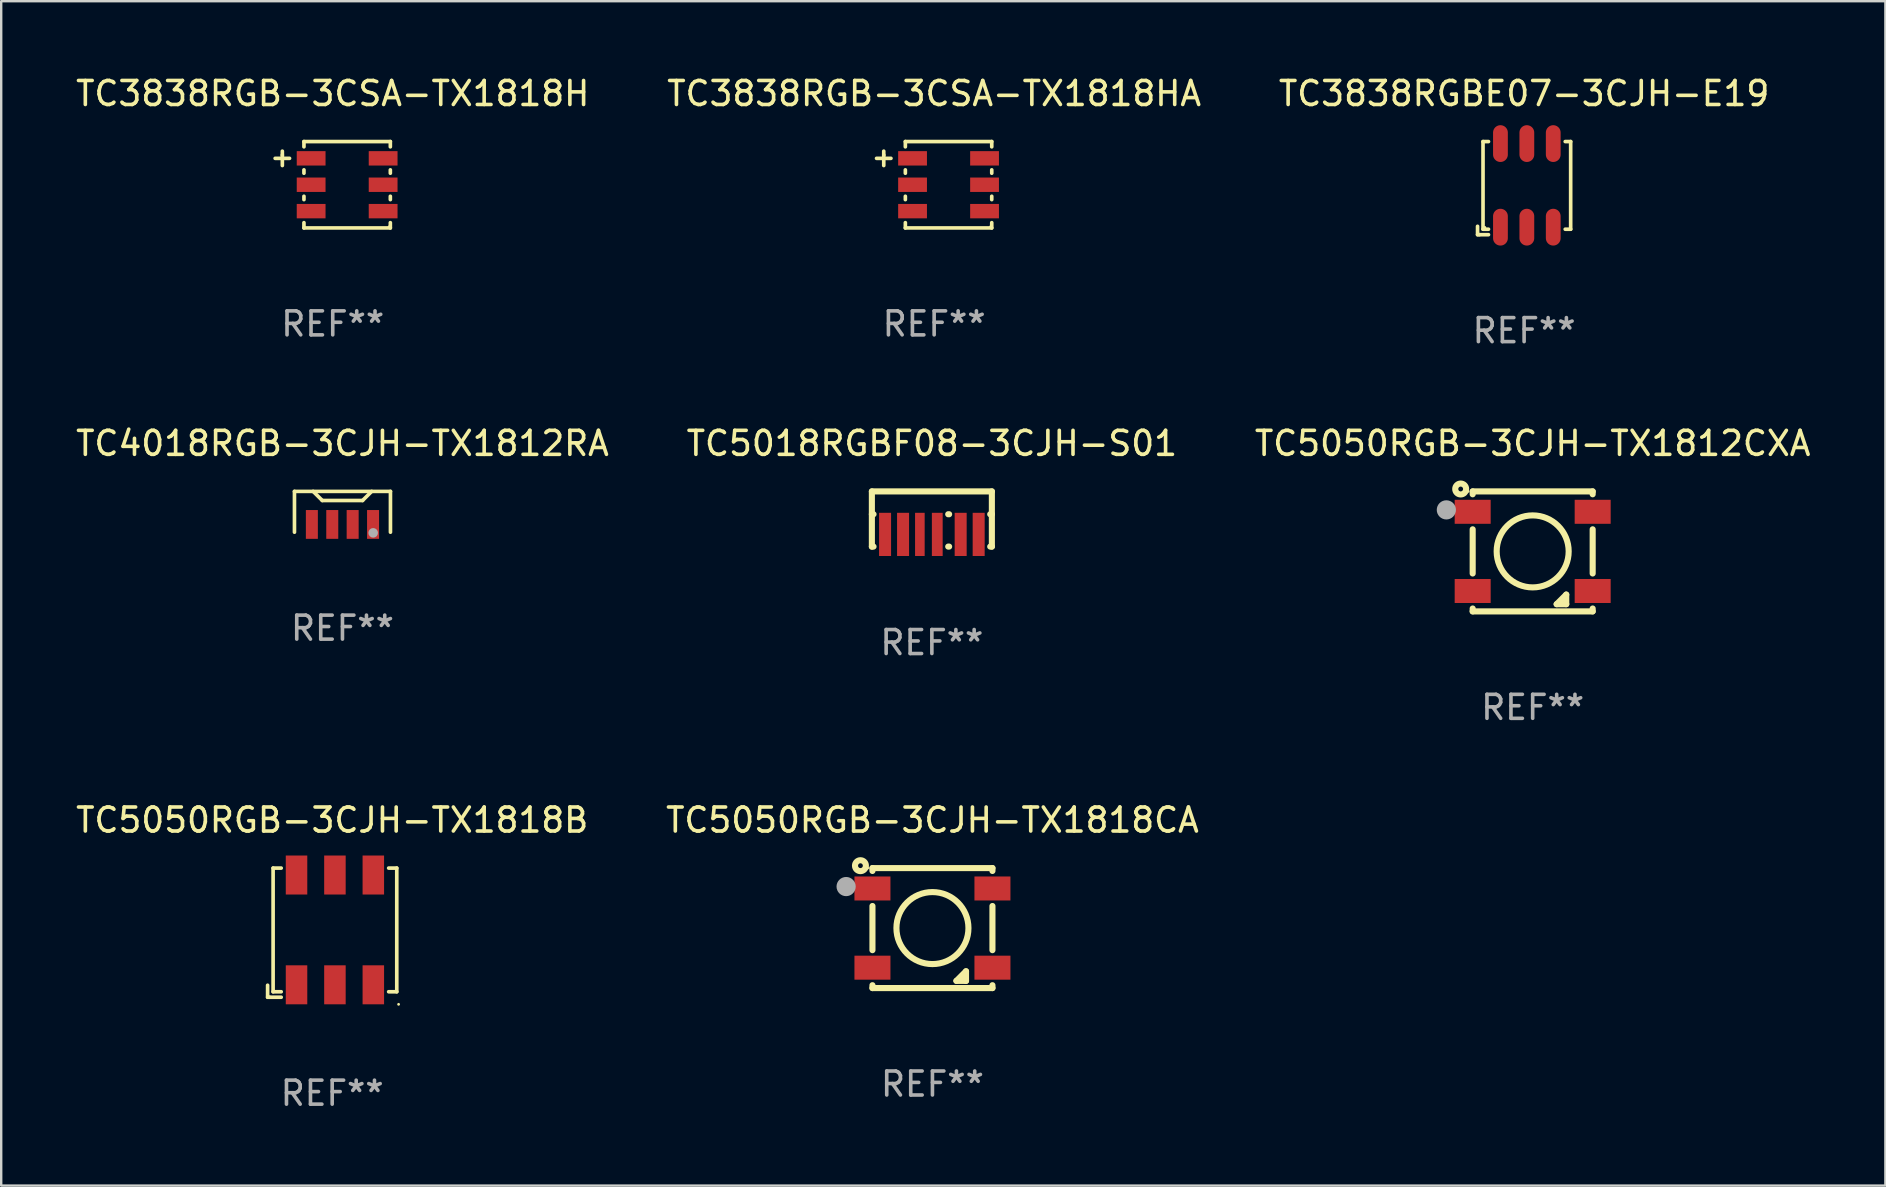
<source format=kicad_pcb>
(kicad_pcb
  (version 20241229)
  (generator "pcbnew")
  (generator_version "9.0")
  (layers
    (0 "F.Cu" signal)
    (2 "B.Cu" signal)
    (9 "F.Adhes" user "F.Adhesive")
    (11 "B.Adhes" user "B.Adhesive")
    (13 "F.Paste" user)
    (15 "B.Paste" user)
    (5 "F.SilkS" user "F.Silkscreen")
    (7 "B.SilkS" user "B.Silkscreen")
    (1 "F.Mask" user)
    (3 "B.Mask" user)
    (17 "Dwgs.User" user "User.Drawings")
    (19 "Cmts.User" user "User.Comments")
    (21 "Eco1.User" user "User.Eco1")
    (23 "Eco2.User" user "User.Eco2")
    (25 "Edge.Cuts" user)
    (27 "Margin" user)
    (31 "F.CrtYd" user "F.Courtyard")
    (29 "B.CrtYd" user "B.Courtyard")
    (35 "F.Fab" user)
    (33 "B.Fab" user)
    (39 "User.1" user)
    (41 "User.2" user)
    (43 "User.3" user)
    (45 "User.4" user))
  (footprint "TC3838RGBE07-3CJH-E19"
    (layer "F.Cu")
    (at 60.458 4.789)
    (property "Reference" "TC3838RGBE07-3CJH-E19" (at 0 -3.941 0) (layer "F.SilkS") (effects (font (size 1 1) (thickness 0.15))))
    (attr through_hole)
    (fp_line (start -1.94 1.94) (end -1.94 1.591) (stroke (width 0.152) (type solid)) (layer "F.SilkS"))
    (fp_line (start -1.864 1.94) (end -1.94 1.94) (stroke (width 0.152) (type solid)) (layer "F.SilkS"))
    (fp_line (start -1.712 -1.94) (end -1.484 -1.94) (stroke (width 0.152) (type solid)) (layer "F.SilkS"))
    (fp_line (start -1.712 1.712) (end -1.712 -1.94) (stroke (width 0.152) (type solid)) (layer "F.SilkS"))
    (fp_line (start -1.484 1.712) (end -1.712 1.712) (stroke (width 0.152) (type solid)) (layer "F.SilkS"))
    (fp_line (start -1.484 1.94) (end -1.864 1.94) (stroke (width 0.152) (type solid)) (layer "F.SilkS"))
    (fp_line (start 1.713 1.712) (end 1.94 1.712) (stroke (width 0.152) (type solid)) (layer "F.SilkS"))
    (fp_line (start 1.94 -1.94) (end 1.713 -1.94) (stroke (width 0.152) (type solid)) (layer "F.SilkS"))
    (fp_line (start 1.94 1.712) (end 1.94 -1.94) (stroke (width 0.152) (type solid)) (layer "F.SilkS"))
    (fp_circle (center -1.636 1.636) (end -1.606 1.636) (stroke (width 0.06) (type solid)) (fill no) (layer "F.SilkS"))
    (fp_text user "REF**" (at 0 5.941 0) (layer "F.Fab") (effects (font (size 1 1) (thickness 0.15))))
    (pad "1" smd oval (at 1.214 -1.856) (size 0.616 1.533) (layers "F.Cu" "F.Mask" "F.Paste"))
    (pad "2" smd oval (at 0.114 -1.856) (size 0.616 1.533) (layers "F.Cu" "F.Mask" "F.Paste"))
    (pad "3" smd oval (at -0.986 -1.856) (size 0.616 1.533) (layers "F.Cu" "F.Mask" "F.Paste"))
    (pad "4" smd oval (at -0.986 1.627) (size 0.616 1.533) (layers "F.Cu" "F.Mask" "F.Paste"))
    (pad "5" smd oval (at 0.114 1.627) (size 0.616 1.533) (layers "F.Cu" "F.Mask" "F.Paste"))
    (pad "6" smd oval (at 1.214 1.627) (size 0.616 1.533) (layers "F.Cu" "F.Mask" "F.Paste")))
  (footprint "TC3838RGB-3CSA-TX1818H"
    (layer "F.Cu")
    (at 10.815 4.648)
    (property "Reference" "TC3838RGB-3CSA-TX1818H" (at 0 -3.8 0) (layer "F.SilkS") (effects (font (size 1 1) (thickness 0.15))))
    (attr through_hole)
    (fp_line (start -2.4 -1.1) (end -1.8 -1.1) (stroke (width 0.152) (type solid)) (layer "F.SilkS"))
    (fp_line (start -2.1 -1.237) (end -2.1 -1.399) (stroke (width 0.152) (type solid)) (layer "F.SilkS"))
    (fp_line (start -2.1 -0.8) (end -2.1 -1.237) (stroke (width 0.152) (type solid)) (layer "F.SilkS"))
    (fp_line (start -1.2 -1.8) (end 2.4 -1.8) (stroke (width 0.152) (type solid)) (layer "F.SilkS"))
    (fp_line (start -1.2 -1.58) (end -1.2 -1.8) (stroke (width 0.152) (type solid)) (layer "F.SilkS"))
    (fp_line (start -1.2 -0.48) (end -1.2 -0.62) (stroke (width 0.152) (type solid)) (layer "F.SilkS"))
    (fp_line (start -1.2 0.62) (end -1.2 0.48) (stroke (width 0.152) (type solid)) (layer "F.SilkS"))
    (fp_line (start -1.2 1.8) (end -1.2 1.58) (stroke (width 0.152) (type solid)) (layer "F.SilkS"))
    (fp_line (start 2.4 -1.8) (end 2.4 -1.58) (stroke (width 0.152) (type solid)) (layer "F.SilkS"))
    (fp_line (start 2.4 -0.62) (end 2.4 -0.48) (stroke (width 0.152) (type solid)) (layer "F.SilkS"))
    (fp_line (start 2.4 0.48) (end 2.4 0.62) (stroke (width 0.152) (type solid)) (layer "F.SilkS"))
    (fp_line (start 2.4 1.58) (end 2.4 1.8) (stroke (width 0.152) (type solid)) (layer "F.SilkS"))
    (fp_line (start 2.4 1.8) (end -1.2 1.8) (stroke (width 0.152) (type solid)) (layer "F.SilkS"))
    (fp_circle (center 2.35 1.75) (end 2.38 1.75) (stroke (width 0.06) (type solid)) (fill no) (layer "F.SilkS"))
    (fp_text user "REF**" (at 0 5.8 0) (layer "F.Fab") (effects (font (size 1 1) (thickness 0.15))))
    (pad "1" smd rect (at 2.1 1.1 180) (size 1.2 0.6) (layers "F.Cu" "F.Mask" "F.Paste"))
    (pad "2" smd rect (at 2.1 0 180) (size 1.2 0.6) (layers "F.Cu" "F.Mask" "F.Paste"))
    (pad "3" smd rect (at 2.1 -1.1 180) (size 1.2 0.6) (layers "F.Cu" "F.Mask" "F.Paste"))
    (pad "4" smd rect (at -0.9 -1.1 180) (size 1.2 0.6) (layers "F.Cu" "F.Mask" "F.Paste"))
    (pad "5" smd rect (at -0.9 0 180) (size 1.2 0.6) (layers "F.Cu" "F.Mask" "F.Paste"))
    (pad "6" smd rect (at -0.9 1.1 180) (size 1.2 0.6) (layers "F.Cu" "F.Mask" "F.Paste")))
  (footprint "TC5018RGBF08-3CJH-S01"
    (layer "F.Cu")
    (at 35.78 18.576)
    (property "Reference" "TC5018RGBF08-3CJH-S01" (at 0 -3.15 0) (layer "F.SilkS") (effects (font (size 1 1) (thickness 0.15))))
    (attr through_hole)
    (fp_line (start -2.5 -1.15) (end 2.5 -1.15) (stroke (width 0.254) (type solid)) (layer "F.SilkS"))
    (fp_line (start -2.5 -0.198) (end -2.431 -0.198) (stroke (width 0.254) (type solid)) (layer "F.SilkS"))
    (fp_line (start -2.5 1.15) (end -2.5 -1.15) (stroke (width 0.254) (type solid)) (layer "F.SilkS"))
    (fp_line (start -2.5 1.15) (end -2.431 1.15) (stroke (width 0.254) (type solid)) (layer "F.SilkS"))
    (fp_line (start 0.681 -0.198) (end 0.719 -0.198) (stroke (width 0.254) (type solid)) (layer "F.SilkS"))
    (fp_line (start 0.681 1.15) (end 0.719 1.15) (stroke (width 0.254) (type solid)) (layer "F.SilkS"))
    (fp_line (start 2.431 -0.198) (end 2.5 -0.198) (stroke (width 0.254) (type solid)) (layer "F.SilkS"))
    (fp_line (start 2.431 1.15) (end 2.5 1.15) (stroke (width 0.254) (type solid)) (layer "F.SilkS"))
    (fp_line (start 2.5 1.15) (end 2.5 -1.15) (stroke (width 0.254) (type solid)) (layer "F.SilkS"))
    (fp_circle (center 2.5 -1.048) (end 2.53 -1.048) (stroke (width 0.06) (type solid)) (fill no) (layer "F.SilkS"))
    (fp_text user "REF**" (at 0 5.15 0) (layer "F.Fab") (effects (font (size 1 1) (thickness 0.15))))
    (pad "1" smd rect (at 1.95 0.642) (size 0.5 1.8) (layers "F.Cu" "F.Mask" "F.Paste"))
    (pad "2" smd rect (at 1.2 0.642) (size 0.5 1.8) (layers "F.Cu" "F.Mask" "F.Paste"))
    (pad "3" smd rect (at 0.225 0.642) (size 0.45 1.8) (layers "F.Cu" "F.Mask" "F.Paste"))
    (pad "4" smd rect (at -0.5 0.642) (size 0.4 1.8) (layers "F.Cu" "F.Mask" "F.Paste"))
    (pad "5" smd rect (at -1.2 0.642) (size 0.5 1.8) (layers "F.Cu" "F.Mask" "F.Paste"))
    (pad "6" smd rect (at -1.95 0.642) (size 0.5 1.8) (layers "F.Cu" "F.Mask" "F.Paste")))
  (footprint "TC4018RGB-3CJH-TX1812RA"
    (layer "F.Cu")
    (at 11.22 18.276)
    (property "Reference" "TC4018RGB-3CJH-TX1812RA" (at 0 -2.85 0) (layer "F.SilkS") (effects (font (size 1 1) (thickness 0.15))))
    (attr through_hole)
    (fp_line (start -2 -0.85) (end -2 0.85) (stroke (width 0.152) (type solid)) (layer "F.SilkS"))
    (fp_line (start -1.222 -0.85) (end -0.841 -0.471) (stroke (width 0.152) (type solid)) (layer "F.SilkS"))
    (fp_line (start -0.841 -0.471) (end 0.838 -0.471) (stroke (width 0.152) (type solid)) (layer "F.SilkS"))
    (fp_line (start 0.838 -0.471) (end 1.217 -0.85) (stroke (width 0.152) (type solid)) (layer "F.SilkS"))
    (fp_line (start 2 -0.85) (end -2 -0.85) (stroke (width 0.152) (type solid)) (layer "F.SilkS"))
    (fp_line (start 2 0.85) (end 2 -0.85) (stroke (width 0.152) (type solid)) (layer "F.SilkS"))
    (fp_circle (center 2 -0.85) (end 2.03 -0.85) (stroke (width 0.06) (type solid)) (fill no) (layer "F.SilkS"))
    (fp_circle (center 1.28 0.877) (end 1.38 0.877) (stroke (width 0.2) (type solid)) (fill no) (layer "F.Fab"))
    (fp_text user "REF**" (at 0 4.85 0) (layer "F.Fab") (effects (font (size 1 1) (thickness 0.15))))
    (pad "1" smd rect (at 1.275 0.527) (size 0.5 1.2) (layers "F.Cu" "F.Mask" "F.Paste"))
    (pad "2" smd rect (at 0.425 0.527) (size 0.5 1.2) (layers "F.Cu" "F.Mask" "F.Paste"))
    (pad "3" smd rect (at -0.425 0.527) (size 0.5 1.2) (layers "F.Cu" "F.Mask" "F.Paste"))
    (pad "4" smd rect (at -1.275 0.527) (size 0.5 1.2) (layers "F.Cu" "F.Mask" "F.Paste")))
  (footprint "TC5050RGB-3CJH-TX1818B"
    (layer "F.Cu")
    (at 10.792 35.813)
    (property "Reference" "TC5050RGB-3CJH-TX1818B" (at 0 -4.691 0) (layer "F.SilkS") (effects (font (size 1 1) (thickness 0.15))))
    (attr through_hole)
    (fp_line (start -2.691 2.691) (end -2.691 2.191) (stroke (width 0.152) (type solid)) (layer "F.SilkS"))
    (fp_line (start -2.614 2.691) (end -2.691 2.691) (stroke (width 0.152) (type solid)) (layer "F.SilkS"))
    (fp_line (start -2.462 -2.691) (end -2.124 -2.691) (stroke (width 0.152) (type solid)) (layer "F.SilkS"))
    (fp_line (start -2.462 2.462) (end -2.462 -2.691) (stroke (width 0.152) (type solid)) (layer "F.SilkS"))
    (fp_line (start -2.124 2.462) (end -2.462 2.462) (stroke (width 0.152) (type solid)) (layer "F.SilkS"))
    (fp_line (start -2.124 2.691) (end -2.614 2.691) (stroke (width 0.152) (type solid)) (layer "F.SilkS"))
    (fp_line (start 2.353 2.462) (end 2.691 2.462) (stroke (width 0.152) (type solid)) (layer "F.SilkS"))
    (fp_line (start 2.691 -2.691) (end 2.353 -2.691) (stroke (width 0.152) (type solid)) (layer "F.SilkS"))
    (fp_line (start 2.691 2.462) (end 2.691 -2.691) (stroke (width 0.152) (type solid)) (layer "F.SilkS"))
    (fp_circle (center 2.767 2.986) (end 2.797 2.986) (stroke (width 0.06) (type solid)) (fill no) (layer "F.SilkS"))
    (fp_text user "REF**" (at 0 6.691 0) (layer "F.Fab") (effects (font (size 1 1) (thickness 0.15))))
    (pad "1" smd rect (at 1.714 2.173) (size 0.896 1.625) (layers "F.Cu" "F.Mask" "F.Paste"))
    (pad "2" smd rect (at 0.114 2.173) (size 0.896 1.625) (layers "F.Cu" "F.Mask" "F.Paste"))
    (pad "3" smd rect (at -1.486 2.173) (size 0.896 1.625) (layers "F.Cu" "F.Mask" "F.Paste"))
    (pad "4" smd rect (at 1.714 -2.402) (size 0.896 1.625) (layers "F.Cu" "F.Mask" "F.Paste"))
    (pad "5" smd rect (at 0.114 -2.402) (size 0.896 1.625) (layers "F.Cu" "F.Mask" "F.Paste"))
    (pad "6" smd rect (at -1.486 -2.402) (size 0.896 1.625) (layers "F.Cu" "F.Mask" "F.Paste")))
  (footprint "TC3838RGB-3CSA-TX1818HA"
    (layer "F.Cu")
    (at 35.875 4.648)
    (property "Reference" "TC3838RGB-3CSA-TX1818HA" (at 0 -3.8 0) (layer "F.SilkS") (effects (font (size 1 1) (thickness 0.15))))
    (attr through_hole)
    (fp_line (start -2.4 -1.1) (end -1.8 -1.1) (stroke (width 0.152) (type solid)) (layer "F.SilkS"))
    (fp_line (start -2.1 -1.237) (end -2.1 -1.399) (stroke (width 0.152) (type solid)) (layer "F.SilkS"))
    (fp_line (start -2.1 -0.8) (end -2.1 -1.237) (stroke (width 0.152) (type solid)) (layer "F.SilkS"))
    (fp_line (start -1.2 -1.8) (end 2.4 -1.8) (stroke (width 0.152) (type solid)) (layer "F.SilkS"))
    (fp_line (start -1.2 -1.58) (end -1.2 -1.8) (stroke (width 0.152) (type solid)) (layer "F.SilkS"))
    (fp_line (start -1.2 -0.48) (end -1.2 -0.62) (stroke (width 0.152) (type solid)) (layer "F.SilkS"))
    (fp_line (start -1.2 0.62) (end -1.2 0.48) (stroke (width 0.152) (type solid)) (layer "F.SilkS"))
    (fp_line (start -1.2 1.8) (end -1.2 1.58) (stroke (width 0.152) (type solid)) (layer "F.SilkS"))
    (fp_line (start 2.4 -1.8) (end 2.4 -1.58) (stroke (width 0.152) (type solid)) (layer "F.SilkS"))
    (fp_line (start 2.4 -0.62) (end 2.4 -0.48) (stroke (width 0.152) (type solid)) (layer "F.SilkS"))
    (fp_line (start 2.4 0.48) (end 2.4 0.62) (stroke (width 0.152) (type solid)) (layer "F.SilkS"))
    (fp_line (start 2.4 1.58) (end 2.4 1.8) (stroke (width 0.152) (type solid)) (layer "F.SilkS"))
    (fp_line (start 2.4 1.8) (end -1.2 1.8) (stroke (width 0.152) (type solid)) (layer "F.SilkS"))
    (fp_circle (center 2.35 1.75) (end 2.38 1.75) (stroke (width 0.06) (type solid)) (fill no) (layer "F.SilkS"))
    (fp_text user "REF**" (at 0 5.8 0) (layer "F.Fab") (effects (font (size 1 1) (thickness 0.15))))
    (pad "1" smd rect (at 2.1 1.1 180) (size 1.2 0.6) (layers "F.Cu" "F.Mask" "F.Paste"))
    (pad "2" smd rect (at 2.1 0 180) (size 1.2 0.6) (layers "F.Cu" "F.Mask" "F.Paste"))
    (pad "3" smd rect (at 2.1 -1.1 180) (size 1.2 0.6) (layers "F.Cu" "F.Mask" "F.Paste"))
    (pad "4" smd rect (at -0.9 -1.1 180) (size 1.2 0.6) (layers "F.Cu" "F.Mask" "F.Paste"))
    (pad "5" smd rect (at -0.9 0 180) (size 1.2 0.6) (layers "F.Cu" "F.Mask" "F.Paste"))
    (pad "6" smd rect (at -0.9 1.1 180) (size 1.2 0.6) (layers "F.Cu" "F.Mask" "F.Paste")))
  (footprint "TC5050RGB-3CJH-TX1812CXA"
    (layer "F.Cu")
    (at 60.815 19.926)
    (property "Reference" "TC5050RGB-3CJH-TX1812CXA" (at 0 -4.5 0) (layer "F.SilkS") (effects (font (size 1 1) (thickness 0.15))))
    (attr through_hole)
    (fp_line (start -2.5 -2.5) (end -2.5 -2.38) (stroke (width 0.254) (type solid)) (layer "F.SilkS"))
    (fp_line (start -2.5 -2.5) (end 2.5 -2.5) (stroke (width 0.254) (type solid)) (layer "F.SilkS"))
    (fp_line (start -2.5 -0.92) (end -2.5 0.92) (stroke (width 0.254) (type solid)) (layer "F.SilkS"))
    (fp_line (start -2.5 2.38) (end -2.5 2.5) (stroke (width 0.254) (type solid)) (layer "F.SilkS"))
    (fp_line (start -2.5 2.5) (end 2.5 2.5) (stroke (width 0.254) (type solid)) (layer "F.SilkS"))
    (fp_line (start 0.999 2.2) (end 1.399 1.8) (stroke (width 0.254) (type solid)) (layer "F.SilkS"))
    (fp_line (start 1.399 1.8) (end 1.399 2.2) (stroke (width 0.254) (type solid)) (layer "F.SilkS"))
    (fp_line (start 1.399 2.2) (end 0.999 2.2) (stroke (width 0.254) (type solid)) (layer "F.SilkS"))
    (fp_line (start 2.5 -2.5) (end 2.5 -2.38) (stroke (width 0.254) (type solid)) (layer "F.SilkS"))
    (fp_line (start 2.5 -0.92) (end 2.5 0.92) (stroke (width 0.254) (type solid)) (layer "F.SilkS"))
    (fp_line (start 2.5 2.38) (end 2.5 2.5) (stroke (width 0.254) (type solid)) (layer "F.SilkS"))
    (fp_circle (center -3 -2.6) (end -2.9 -2.6) (stroke (width 0.254) (type solid)) (fill no) (layer "F.SilkS"))
    (fp_circle (center -2.7 -2.5) (end -2.67 -2.5) (stroke (width 0.06) (type solid)) (fill no) (layer "F.SilkS"))
    (fp_circle (center -0.000318 0) (end 1.5 0) (stroke (width 0.254) (type solid)) (fill no) (layer "F.SilkS"))
    (fp_circle (center -3.597 -1.73) (end -3.397 -1.73) (stroke (width 0.4) (type solid)) (fill no) (layer "F.Fab"))
    (fp_text user "REF**" (at 0 6.5 0) (layer "F.Fab") (effects (font (size 1 1) (thickness 0.15))))
    (pad "1" smd rect (at -2.5 -1.65) (size 1.5 1) (layers "F.Cu" "F.Mask" "F.Paste"))
    (pad "2" smd rect (at -2.5 1.65) (size 1.5 1) (layers "F.Cu" "F.Mask" "F.Paste"))
    (pad "3" smd rect (at 2.5 1.65) (size 1.5 1) (layers "F.Cu" "F.Mask" "F.Paste"))
    (pad "4" smd rect (at 2.5 -1.65) (size 1.5 1) (layers "F.Cu" "F.Mask" "F.Paste")))
  (footprint "TC5050RGB-3CJH-TX1818CA"
    (layer "F.Cu")
    (at 35.804 35.622)
    (property "Reference" "TC5050RGB-3CJH-TX1818CA" (at 0 -4.5 0) (layer "F.SilkS") (effects (font (size 1 1) (thickness 0.15))))
    (attr through_hole)
    (fp_line (start -2.5 -2.5) (end -2.5 -2.38) (stroke (width 0.254) (type solid)) (layer "F.SilkS"))
    (fp_line (start -2.5 -2.5) (end 2.5 -2.5) (stroke (width 0.254) (type solid)) (layer "F.SilkS"))
    (fp_line (start -2.5 -0.92) (end -2.5 0.92) (stroke (width 0.254) (type solid)) (layer "F.SilkS"))
    (fp_line (start -2.5 2.38) (end -2.5 2.5) (stroke (width 0.254) (type solid)) (layer "F.SilkS"))
    (fp_line (start -2.5 2.5) (end 2.5 2.5) (stroke (width 0.254) (type solid)) (layer "F.SilkS"))
    (fp_line (start 0.999 2.2) (end 1.399 1.8) (stroke (width 0.254) (type solid)) (layer "F.SilkS"))
    (fp_line (start 1.399 1.8) (end 1.399 2.2) (stroke (width 0.254) (type solid)) (layer "F.SilkS"))
    (fp_line (start 1.399 2.2) (end 0.999 2.2) (stroke (width 0.254) (type solid)) (layer "F.SilkS"))
    (fp_line (start 2.5 -2.5) (end 2.5 -2.38) (stroke (width 0.254) (type solid)) (layer "F.SilkS"))
    (fp_line (start 2.5 -0.92) (end 2.5 0.92) (stroke (width 0.254) (type solid)) (layer "F.SilkS"))
    (fp_line (start 2.5 2.38) (end 2.5 2.5) (stroke (width 0.254) (type solid)) (layer "F.SilkS"))
    (fp_circle (center -3 -2.6) (end -2.9 -2.6) (stroke (width 0.254) (type solid)) (fill no) (layer "F.SilkS"))
    (fp_circle (center -2.7 -2.5) (end -2.67 -2.5) (stroke (width 0.06) (type solid)) (fill no) (layer "F.SilkS"))
    (fp_circle (center -0.000318 0) (end 1.5 0) (stroke (width 0.254) (type solid)) (fill no) (layer "F.SilkS"))
    (fp_circle (center -3.597 -1.73) (end -3.397 -1.73) (stroke (width 0.4) (type solid)) (fill no) (layer "F.Fab"))
    (fp_text user "REF**" (at 0 6.5 0) (layer "F.Fab") (effects (font (size 1 1) (thickness 0.15))))
    (pad "1" smd rect (at -2.5 -1.65) (size 1.5 1) (layers "F.Cu" "F.Mask" "F.Paste"))
    (pad "2" smd rect (at -2.5 1.65) (size 1.5 1) (layers "F.Cu" "F.Mask" "F.Paste"))
    (pad "3" smd rect (at 2.5 1.65) (size 1.5 1) (layers "F.Cu" "F.Mask" "F.Paste"))
    (pad "4" smd rect (at 2.5 -1.65) (size 1.5 1) (layers "F.Cu" "F.Mask" "F.Paste")))
  (gr_rect
    (start -3 -3)
    (end 75.512 46.352)
    (stroke (width 0.1) (type default))
    (fill no)
    (layer "Edge.Cuts")))
</source>
